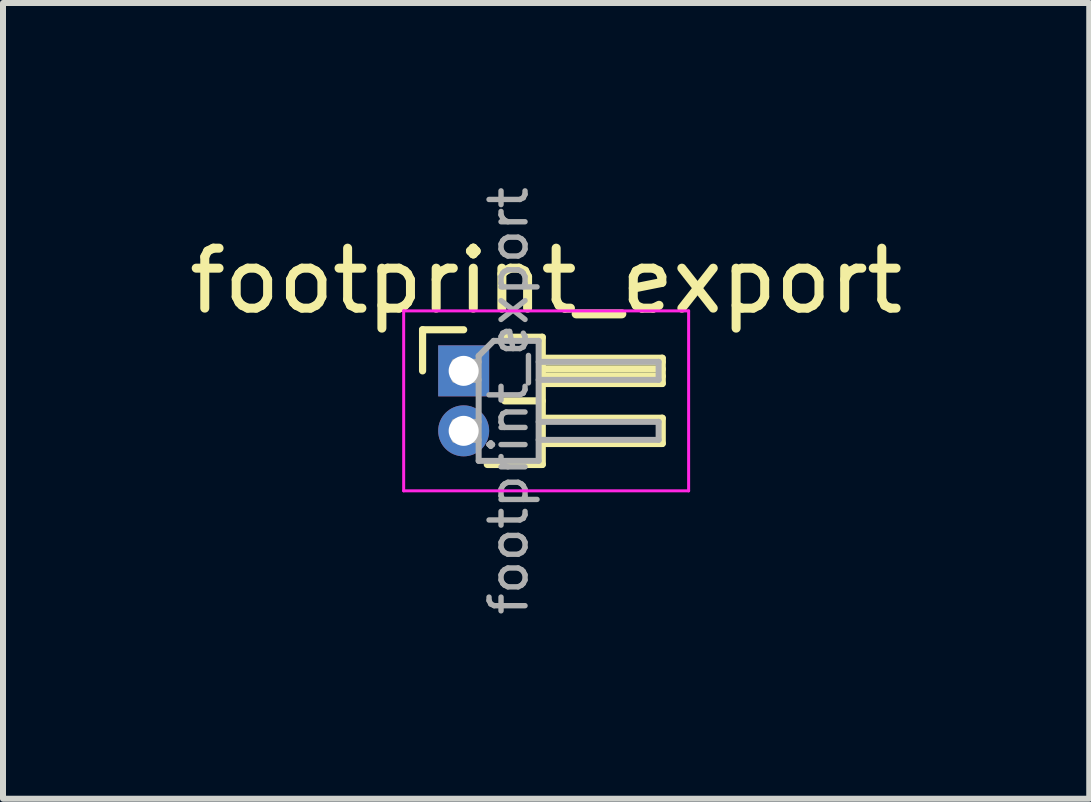
<source format=kicad_pcb>
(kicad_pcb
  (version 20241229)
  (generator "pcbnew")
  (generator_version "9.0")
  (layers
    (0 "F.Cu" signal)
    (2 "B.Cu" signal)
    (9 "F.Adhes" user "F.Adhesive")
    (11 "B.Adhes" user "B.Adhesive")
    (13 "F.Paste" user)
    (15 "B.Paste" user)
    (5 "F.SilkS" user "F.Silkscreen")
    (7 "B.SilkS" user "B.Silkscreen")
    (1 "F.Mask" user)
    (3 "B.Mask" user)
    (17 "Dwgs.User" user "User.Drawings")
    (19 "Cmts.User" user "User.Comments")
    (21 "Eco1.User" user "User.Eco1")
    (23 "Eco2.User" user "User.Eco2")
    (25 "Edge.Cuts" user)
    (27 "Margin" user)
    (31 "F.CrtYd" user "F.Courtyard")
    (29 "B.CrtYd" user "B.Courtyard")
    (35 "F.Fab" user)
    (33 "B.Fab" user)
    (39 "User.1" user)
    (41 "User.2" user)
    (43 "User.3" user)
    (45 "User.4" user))
  (footprint "footprint_export"
    (layer "F.Cu")
    (at 4.679 3.132)
    (property "Reference" "footprint_export" (at 1.375 -1.5 0) (layer "F.SilkS") (effects (font (size 1 1) (thickness 0.15))))
    (attr through_hole)
    (fp_line (start -0.685 -0.685) (end 0 -0.685) (stroke (width 0.12) (type solid)) (layer "F.SilkS"))
    (fp_line (start -0.685 0) (end -0.685 -0.685) (stroke (width 0.12) (type solid)) (layer "F.SilkS"))
    (fp_line (start 0.685 -0.56) (end 1.31 -0.56) (stroke (width 0.12) (type solid)) (layer "F.SilkS"))
    (fp_line (start 0.685 0.5) (end 1.31 0.5) (stroke (width 0.12) (type solid)) (layer "F.SilkS"))
    (fp_line (start 1.31 -0.56) (end 1.31 1.56) (stroke (width 0.12) (type solid)) (layer "F.SilkS"))
    (fp_line (start 1.31 -0.21) (end 3.31 -0.21) (stroke (width 0.12) (type solid)) (layer "F.SilkS"))
    (fp_line (start 1.31 -0.15) (end 3.31 -0.15) (stroke (width 0.12) (type solid)) (layer "F.SilkS"))
    (fp_line (start 1.31 -0.03) (end 3.31 -0.03) (stroke (width 0.12) (type solid)) (layer "F.SilkS"))
    (fp_line (start 1.31 0.09) (end 3.31 0.09) (stroke (width 0.12) (type solid)) (layer "F.SilkS"))
    (fp_line (start 1.31 0.79) (end 3.31 0.79) (stroke (width 0.12) (type solid)) (layer "F.SilkS"))
    (fp_line (start 1.31 1.56) (end 0.394 1.56) (stroke (width 0.12) (type solid)) (layer "F.SilkS"))
    (fp_line (start 3.31 -0.21) (end 3.31 0.21) (stroke (width 0.12) (type solid)) (layer "F.SilkS"))
    (fp_line (start 3.31 0.21) (end 1.31 0.21) (stroke (width 0.12) (type solid)) (layer "F.SilkS"))
    (fp_line (start 3.31 0.79) (end 3.31 1.21) (stroke (width 0.12) (type solid)) (layer "F.SilkS"))
    (fp_line (start 3.31 1.21) (end 1.31 1.21) (stroke (width 0.12) (type solid)) (layer "F.SilkS"))
    (fp_line (start -1 -1) (end -1 2) (stroke (width 0.05) (type solid)) (layer "F.CrtYd"))
    (fp_line (start -1 2) (end 3.75 2) (stroke (width 0.05) (type solid)) (layer "F.CrtYd"))
    (fp_line (start 3.75 -1) (end -1 -1) (stroke (width 0.05) (type solid)) (layer "F.CrtYd"))
    (fp_line (start 3.75 2) (end 3.75 -1) (stroke (width 0.05) (type solid)) (layer "F.CrtYd"))
    (fp_line (start -0.15 -0.15) (end -0.15 0.15) (stroke (width 0.1) (type solid)) (layer "F.Fab"))
    (fp_line (start -0.15 -0.15) (end 0.25 -0.15) (stroke (width 0.1) (type solid)) (layer "F.Fab"))
    (fp_line (start -0.15 0.15) (end 0.25 0.15) (stroke (width 0.1) (type solid)) (layer "F.Fab"))
    (fp_line (start -0.15 0.85) (end -0.15 1.15) (stroke (width 0.1) (type solid)) (layer "F.Fab"))
    (fp_line (start -0.15 0.85) (end 0.25 0.85) (stroke (width 0.1) (type solid)) (layer "F.Fab"))
    (fp_line (start -0.15 1.15) (end 0.25 1.15) (stroke (width 0.1) (type solid)) (layer "F.Fab"))
    (fp_line (start 0.25 -0.25) (end 0.5 -0.5) (stroke (width 0.1) (type solid)) (layer "F.Fab"))
    (fp_line (start 0.25 1.5) (end 0.25 -0.25) (stroke (width 0.1) (type solid)) (layer "F.Fab"))
    (fp_line (start 0.5 -0.5) (end 1.25 -0.5) (stroke (width 0.1) (type solid)) (layer "F.Fab"))
    (fp_line (start 1.25 -0.5) (end 1.25 1.5) (stroke (width 0.1) (type solid)) (layer "F.Fab"))
    (fp_line (start 1.25 -0.15) (end 3.25 -0.15) (stroke (width 0.1) (type solid)) (layer "F.Fab"))
    (fp_line (start 1.25 0.15) (end 3.25 0.15) (stroke (width 0.1) (type solid)) (layer "F.Fab"))
    (fp_line (start 1.25 0.85) (end 3.25 0.85) (stroke (width 0.1) (type solid)) (layer "F.Fab"))
    (fp_line (start 1.25 1.15) (end 3.25 1.15) (stroke (width 0.1) (type solid)) (layer "F.Fab"))
    (fp_line (start 1.25 1.5) (end 0.25 1.5) (stroke (width 0.1) (type solid)) (layer "F.Fab"))
    (fp_line (start 3.25 -0.15) (end 3.25 0.15) (stroke (width 0.1) (type solid)) (layer "F.Fab"))
    (fp_line (start 3.25 0.85) (end 3.25 1.15) (stroke (width 0.1) (type solid)) (layer "F.Fab"))
    (fp_text user "${REFERENCE}" (at 0.75 0.5 90) (layer "F.Fab") (effects (font (size 0.6 0.6) (thickness 0.09))))
    (pad "1" thru_hole rect (at 0 0) (size 0.85 0.85) (drill 0.5) (layers "*.Cu" "*.Mask"))
    (pad "2" thru_hole oval (at 0 1) (size 0.85 0.85) (drill 0.5) (layers "*.Cu" "*.Mask")))
  (gr_rect
    (start -3 -3)
    (end 15.107 10.264)
    (stroke (width 0.1) (type default))
    (fill no)
    (layer "Edge.Cuts")))
</source>
